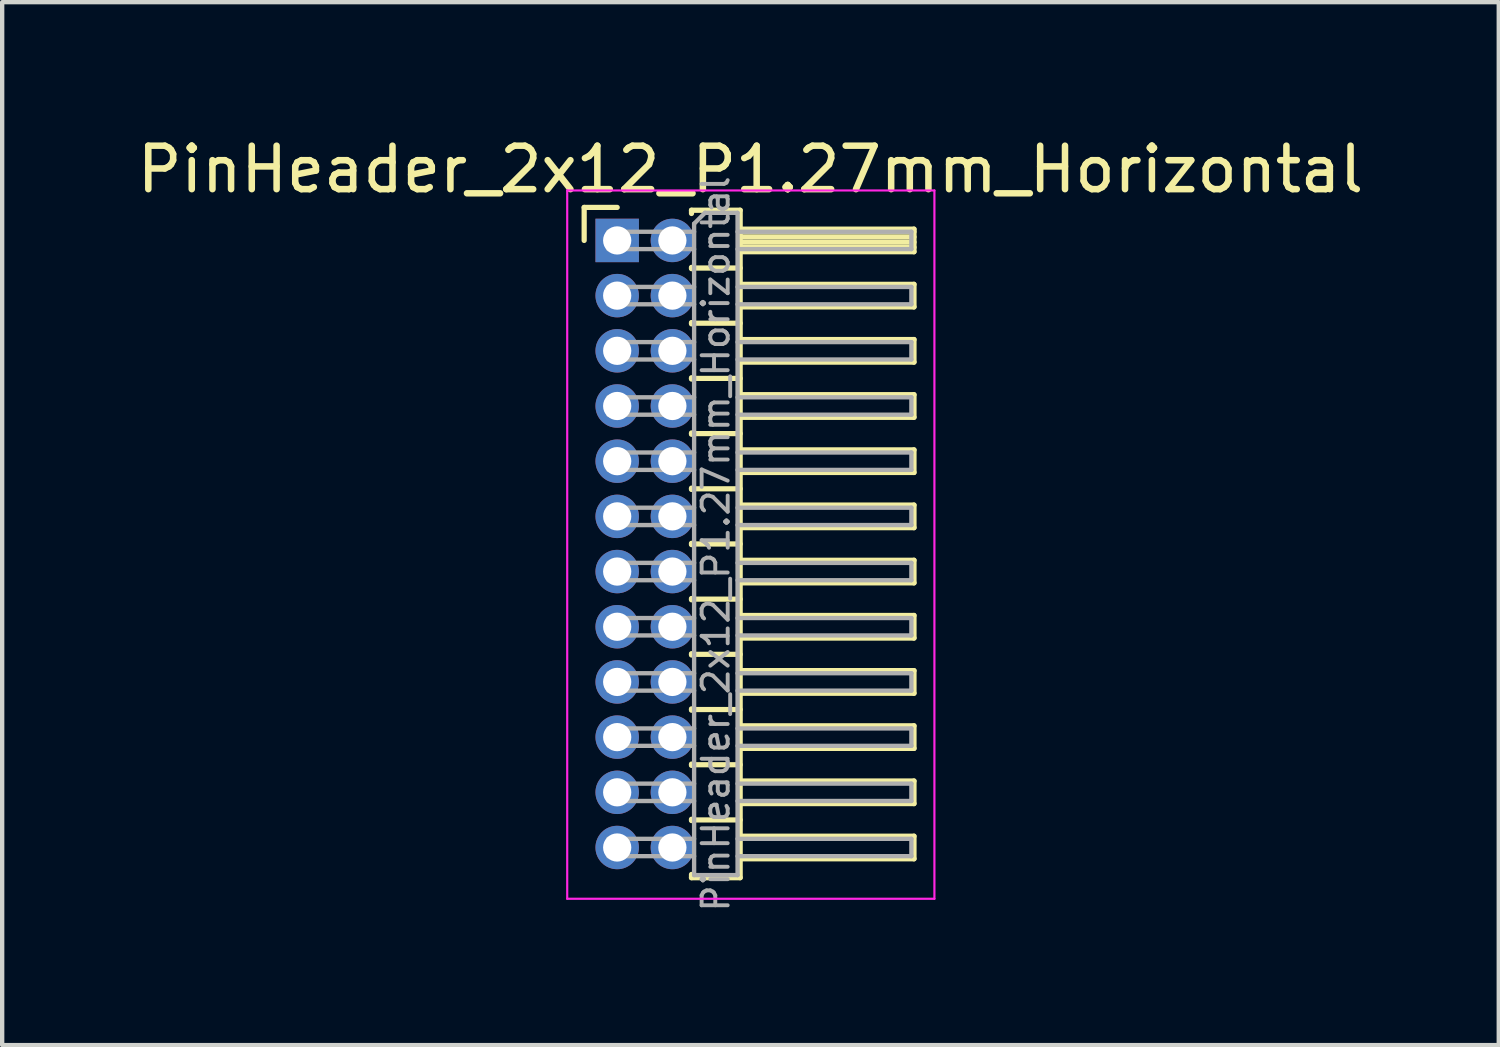
<source format=kicad_pcb>
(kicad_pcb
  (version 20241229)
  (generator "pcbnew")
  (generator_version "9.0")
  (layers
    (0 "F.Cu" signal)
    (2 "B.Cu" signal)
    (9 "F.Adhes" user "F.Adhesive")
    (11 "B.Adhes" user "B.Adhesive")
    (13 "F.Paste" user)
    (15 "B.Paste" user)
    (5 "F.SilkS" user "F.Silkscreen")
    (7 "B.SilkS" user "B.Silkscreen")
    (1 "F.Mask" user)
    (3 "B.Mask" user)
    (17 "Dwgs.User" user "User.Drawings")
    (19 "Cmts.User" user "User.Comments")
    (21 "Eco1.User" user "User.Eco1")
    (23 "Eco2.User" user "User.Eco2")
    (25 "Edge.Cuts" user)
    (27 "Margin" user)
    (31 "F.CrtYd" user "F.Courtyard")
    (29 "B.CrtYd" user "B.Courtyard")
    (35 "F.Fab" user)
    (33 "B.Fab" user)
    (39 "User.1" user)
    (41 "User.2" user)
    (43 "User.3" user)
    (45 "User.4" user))
  (footprint "PinHeader_2x12_P1.27mm_Horizontal"
    (layer "F.Cu")
    (at 11.153 2.483)
    (property "Reference" "PinHeader_2x12_P1.27mm_Horizontal" (at 3.067 -1.635 0) (layer "F.SilkS") (effects (font (size 1 1) (thickness 0.15))))
    (attr through_hole)
    (fp_line (start -0.76 -0.76) (end 0 -0.76) (stroke (width 0.12) (type solid)) (layer "F.SilkS"))
    (fp_line (start -0.76 0) (end -0.76 -0.76) (stroke (width 0.12) (type solid)) (layer "F.SilkS"))
    (fp_line (start 1.71 -0.695) (end 2.83 -0.695) (stroke (width 0.12) (type solid)) (layer "F.SilkS"))
    (fp_line (start 1.71 -0.62) (end 1.71 -0.695) (stroke (width 0.12) (type solid)) (layer "F.SilkS"))
    (fp_line (start 1.71 0.62) (end 1.71 0.65) (stroke (width 0.12) (type solid)) (layer "F.SilkS"))
    (fp_line (start 1.71 0.635) (end 2.83 0.635) (stroke (width 0.12) (type solid)) (layer "F.SilkS"))
    (fp_line (start 1.71 1.89) (end 1.71 1.92) (stroke (width 0.12) (type solid)) (layer "F.SilkS"))
    (fp_line (start 1.71 1.905) (end 2.83 1.905) (stroke (width 0.12) (type solid)) (layer "F.SilkS"))
    (fp_line (start 1.71 3.16) (end 1.71 3.19) (stroke (width 0.12) (type solid)) (layer "F.SilkS"))
    (fp_line (start 1.71 3.175) (end 2.83 3.175) (stroke (width 0.12) (type solid)) (layer "F.SilkS"))
    (fp_line (start 1.71 4.43) (end 1.71 4.46) (stroke (width 0.12) (type solid)) (layer "F.SilkS"))
    (fp_line (start 1.71 4.445) (end 2.83 4.445) (stroke (width 0.12) (type solid)) (layer "F.SilkS"))
    (fp_line (start 1.71 5.7) (end 1.71 5.73) (stroke (width 0.12) (type solid)) (layer "F.SilkS"))
    (fp_line (start 1.71 5.715) (end 2.83 5.715) (stroke (width 0.12) (type solid)) (layer "F.SilkS"))
    (fp_line (start 1.71 6.97) (end 1.71 7) (stroke (width 0.12) (type solid)) (layer "F.SilkS"))
    (fp_line (start 1.71 6.985) (end 2.83 6.985) (stroke (width 0.12) (type solid)) (layer "F.SilkS"))
    (fp_line (start 1.71 8.24) (end 1.71 8.27) (stroke (width 0.12) (type solid)) (layer "F.SilkS"))
    (fp_line (start 1.71 8.255) (end 2.83 8.255) (stroke (width 0.12) (type solid)) (layer "F.SilkS"))
    (fp_line (start 1.71 9.51) (end 1.71 9.54) (stroke (width 0.12) (type solid)) (layer "F.SilkS"))
    (fp_line (start 1.71 9.525) (end 2.83 9.525) (stroke (width 0.12) (type solid)) (layer "F.SilkS"))
    (fp_line (start 1.71 10.78) (end 1.71 10.81) (stroke (width 0.12) (type solid)) (layer "F.SilkS"))
    (fp_line (start 1.71 10.795) (end 2.83 10.795) (stroke (width 0.12) (type solid)) (layer "F.SilkS"))
    (fp_line (start 1.71 12.05) (end 1.71 12.08) (stroke (width 0.12) (type solid)) (layer "F.SilkS"))
    (fp_line (start 1.71 12.065) (end 2.83 12.065) (stroke (width 0.12) (type solid)) (layer "F.SilkS"))
    (fp_line (start 1.71 13.32) (end 1.71 13.35) (stroke (width 0.12) (type solid)) (layer "F.SilkS"))
    (fp_line (start 1.71 13.335) (end 2.83 13.335) (stroke (width 0.12) (type solid)) (layer "F.SilkS"))
    (fp_line (start 1.71 14.665) (end 1.71 14.59) (stroke (width 0.12) (type solid)) (layer "F.SilkS"))
    (fp_line (start 2.83 -0.695) (end 2.83 14.665) (stroke (width 0.12) (type solid)) (layer "F.SilkS"))
    (fp_line (start 2.83 -0.26) (end 6.83 -0.26) (stroke (width 0.12) (type solid)) (layer "F.SilkS"))
    (fp_line (start 2.83 -0.2) (end 6.83 -0.2) (stroke (width 0.12) (type solid)) (layer "F.SilkS"))
    (fp_line (start 2.83 -0.08) (end 6.83 -0.08) (stroke (width 0.12) (type solid)) (layer "F.SilkS"))
    (fp_line (start 2.83 0.04) (end 6.83 0.04) (stroke (width 0.12) (type solid)) (layer "F.SilkS"))
    (fp_line (start 2.83 0.16) (end 6.83 0.16) (stroke (width 0.12) (type solid)) (layer "F.SilkS"))
    (fp_line (start 2.83 1.01) (end 6.83 1.01) (stroke (width 0.12) (type solid)) (layer "F.SilkS"))
    (fp_line (start 2.83 2.28) (end 6.83 2.28) (stroke (width 0.12) (type solid)) (layer "F.SilkS"))
    (fp_line (start 2.83 3.55) (end 6.83 3.55) (stroke (width 0.12) (type solid)) (layer "F.SilkS"))
    (fp_line (start 2.83 4.82) (end 6.83 4.82) (stroke (width 0.12) (type solid)) (layer "F.SilkS"))
    (fp_line (start 2.83 6.09) (end 6.83 6.09) (stroke (width 0.12) (type solid)) (layer "F.SilkS"))
    (fp_line (start 2.83 7.36) (end 6.83 7.36) (stroke (width 0.12) (type solid)) (layer "F.SilkS"))
    (fp_line (start 2.83 8.63) (end 6.83 8.63) (stroke (width 0.12) (type solid)) (layer "F.SilkS"))
    (fp_line (start 2.83 9.9) (end 6.83 9.9) (stroke (width 0.12) (type solid)) (layer "F.SilkS"))
    (fp_line (start 2.83 11.17) (end 6.83 11.17) (stroke (width 0.12) (type solid)) (layer "F.SilkS"))
    (fp_line (start 2.83 12.44) (end 6.83 12.44) (stroke (width 0.12) (type solid)) (layer "F.SilkS"))
    (fp_line (start 2.83 13.71) (end 6.83 13.71) (stroke (width 0.12) (type solid)) (layer "F.SilkS"))
    (fp_line (start 2.83 14.665) (end 1.71 14.665) (stroke (width 0.12) (type solid)) (layer "F.SilkS"))
    (fp_line (start 6.83 -0.26) (end 6.83 0.26) (stroke (width 0.12) (type solid)) (layer "F.SilkS"))
    (fp_line (start 6.83 0.26) (end 2.83 0.26) (stroke (width 0.12) (type solid)) (layer "F.SilkS"))
    (fp_line (start 6.83 1.01) (end 6.83 1.53) (stroke (width 0.12) (type solid)) (layer "F.SilkS"))
    (fp_line (start 6.83 1.53) (end 2.83 1.53) (stroke (width 0.12) (type solid)) (layer "F.SilkS"))
    (fp_line (start 6.83 2.28) (end 6.83 2.8) (stroke (width 0.12) (type solid)) (layer "F.SilkS"))
    (fp_line (start 6.83 2.8) (end 2.83 2.8) (stroke (width 0.12) (type solid)) (layer "F.SilkS"))
    (fp_line (start 6.83 3.55) (end 6.83 4.07) (stroke (width 0.12) (type solid)) (layer "F.SilkS"))
    (fp_line (start 6.83 4.07) (end 2.83 4.07) (stroke (width 0.12) (type solid)) (layer "F.SilkS"))
    (fp_line (start 6.83 4.82) (end 6.83 5.34) (stroke (width 0.12) (type solid)) (layer "F.SilkS"))
    (fp_line (start 6.83 5.34) (end 2.83 5.34) (stroke (width 0.12) (type solid)) (layer "F.SilkS"))
    (fp_line (start 6.83 6.09) (end 6.83 6.61) (stroke (width 0.12) (type solid)) (layer "F.SilkS"))
    (fp_line (start 6.83 6.61) (end 2.83 6.61) (stroke (width 0.12) (type solid)) (layer "F.SilkS"))
    (fp_line (start 6.83 7.36) (end 6.83 7.88) (stroke (width 0.12) (type solid)) (layer "F.SilkS"))
    (fp_line (start 6.83 7.88) (end 2.83 7.88) (stroke (width 0.12) (type solid)) (layer "F.SilkS"))
    (fp_line (start 6.83 8.63) (end 6.83 9.15) (stroke (width 0.12) (type solid)) (layer "F.SilkS"))
    (fp_line (start 6.83 9.15) (end 2.83 9.15) (stroke (width 0.12) (type solid)) (layer "F.SilkS"))
    (fp_line (start 6.83 9.9) (end 6.83 10.42) (stroke (width 0.12) (type solid)) (layer "F.SilkS"))
    (fp_line (start 6.83 10.42) (end 2.83 10.42) (stroke (width 0.12) (type solid)) (layer "F.SilkS"))
    (fp_line (start 6.83 11.17) (end 6.83 11.69) (stroke (width 0.12) (type solid)) (layer "F.SilkS"))
    (fp_line (start 6.83 11.69) (end 2.83 11.69) (stroke (width 0.12) (type solid)) (layer "F.SilkS"))
    (fp_line (start 6.83 12.44) (end 6.83 12.96) (stroke (width 0.12) (type solid)) (layer "F.SilkS"))
    (fp_line (start 6.83 12.96) (end 2.83 12.96) (stroke (width 0.12) (type solid)) (layer "F.SilkS"))
    (fp_line (start 6.83 13.71) (end 6.83 14.23) (stroke (width 0.12) (type solid)) (layer "F.SilkS"))
    (fp_line (start 6.83 14.23) (end 2.83 14.23) (stroke (width 0.12) (type solid)) (layer "F.SilkS"))
    (fp_line (start -1.15 -1.15) (end -1.15 15.15) (stroke (width 0.05) (type solid)) (layer "F.CrtYd"))
    (fp_line (start -1.15 15.15) (end 7.3 15.15) (stroke (width 0.05) (type solid)) (layer "F.CrtYd"))
    (fp_line (start 7.3 -1.15) (end -1.15 -1.15) (stroke (width 0.05) (type solid)) (layer "F.CrtYd"))
    (fp_line (start 7.3 15.15) (end 7.3 -1.15) (stroke (width 0.05) (type solid)) (layer "F.CrtYd"))
    (fp_line (start -0.2 -0.2) (end -0.2 0.2) (stroke (width 0.1) (type solid)) (layer "F.Fab"))
    (fp_line (start -0.2 -0.2) (end 1.77 -0.2) (stroke (width 0.1) (type solid)) (layer "F.Fab"))
    (fp_line (start -0.2 0.2) (end 1.77 0.2) (stroke (width 0.1) (type solid)) (layer "F.Fab"))
    (fp_line (start -0.2 1.07) (end -0.2 1.47) (stroke (width 0.1) (type solid)) (layer "F.Fab"))
    (fp_line (start -0.2 1.07) (end 1.77 1.07) (stroke (width 0.1) (type solid)) (layer "F.Fab"))
    (fp_line (start -0.2 1.47) (end 1.77 1.47) (stroke (width 0.1) (type solid)) (layer "F.Fab"))
    (fp_line (start -0.2 2.34) (end -0.2 2.74) (stroke (width 0.1) (type solid)) (layer "F.Fab"))
    (fp_line (start -0.2 2.34) (end 1.77 2.34) (stroke (width 0.1) (type solid)) (layer "F.Fab"))
    (fp_line (start -0.2 2.74) (end 1.77 2.74) (stroke (width 0.1) (type solid)) (layer "F.Fab"))
    (fp_line (start -0.2 3.61) (end -0.2 4.01) (stroke (width 0.1) (type solid)) (layer "F.Fab"))
    (fp_line (start -0.2 3.61) (end 1.77 3.61) (stroke (width 0.1) (type solid)) (layer "F.Fab"))
    (fp_line (start -0.2 4.01) (end 1.77 4.01) (stroke (width 0.1) (type solid)) (layer "F.Fab"))
    (fp_line (start -0.2 4.88) (end -0.2 5.28) (stroke (width 0.1) (type solid)) (layer "F.Fab"))
    (fp_line (start -0.2 4.88) (end 1.77 4.88) (stroke (width 0.1) (type solid)) (layer "F.Fab"))
    (fp_line (start -0.2 5.28) (end 1.77 5.28) (stroke (width 0.1) (type solid)) (layer "F.Fab"))
    (fp_line (start -0.2 6.15) (end -0.2 6.55) (stroke (width 0.1) (type solid)) (layer "F.Fab"))
    (fp_line (start -0.2 6.15) (end 1.77 6.15) (stroke (width 0.1) (type solid)) (layer "F.Fab"))
    (fp_line (start -0.2 6.55) (end 1.77 6.55) (stroke (width 0.1) (type solid)) (layer "F.Fab"))
    (fp_line (start -0.2 7.42) (end -0.2 7.82) (stroke (width 0.1) (type solid)) (layer "F.Fab"))
    (fp_line (start -0.2 7.42) (end 1.77 7.42) (stroke (width 0.1) (type solid)) (layer "F.Fab"))
    (fp_line (start -0.2 7.82) (end 1.77 7.82) (stroke (width 0.1) (type solid)) (layer "F.Fab"))
    (fp_line (start -0.2 8.69) (end -0.2 9.09) (stroke (width 0.1) (type solid)) (layer "F.Fab"))
    (fp_line (start -0.2 8.69) (end 1.77 8.69) (stroke (width 0.1) (type solid)) (layer "F.Fab"))
    (fp_line (start -0.2 9.09) (end 1.77 9.09) (stroke (width 0.1) (type solid)) (layer "F.Fab"))
    (fp_line (start -0.2 9.96) (end -0.2 10.36) (stroke (width 0.1) (type solid)) (layer "F.Fab"))
    (fp_line (start -0.2 9.96) (end 1.77 9.96) (stroke (width 0.1) (type solid)) (layer "F.Fab"))
    (fp_line (start -0.2 10.36) (end 1.77 10.36) (stroke (width 0.1) (type solid)) (layer "F.Fab"))
    (fp_line (start -0.2 11.23) (end -0.2 11.63) (stroke (width 0.1) (type solid)) (layer "F.Fab"))
    (fp_line (start -0.2 11.23) (end 1.77 11.23) (stroke (width 0.1) (type solid)) (layer "F.Fab"))
    (fp_line (start -0.2 11.63) (end 1.77 11.63) (stroke (width 0.1) (type solid)) (layer "F.Fab"))
    (fp_line (start -0.2 12.5) (end -0.2 12.9) (stroke (width 0.1) (type solid)) (layer "F.Fab"))
    (fp_line (start -0.2 12.5) (end 1.77 12.5) (stroke (width 0.1) (type solid)) (layer "F.Fab"))
    (fp_line (start -0.2 12.9) (end 1.77 12.9) (stroke (width 0.1) (type solid)) (layer "F.Fab"))
    (fp_line (start -0.2 13.77) (end -0.2 14.17) (stroke (width 0.1) (type solid)) (layer "F.Fab"))
    (fp_line (start -0.2 13.77) (end 1.77 13.77) (stroke (width 0.1) (type solid)) (layer "F.Fab"))
    (fp_line (start -0.2 14.17) (end 1.77 14.17) (stroke (width 0.1) (type solid)) (layer "F.Fab"))
    (fp_line (start 1.77 -0.385) (end 2.02 -0.635) (stroke (width 0.1) (type solid)) (layer "F.Fab"))
    (fp_line (start 1.77 14.605) (end 1.77 -0.385) (stroke (width 0.1) (type solid)) (layer "F.Fab"))
    (fp_line (start 2.02 -0.635) (end 2.77 -0.635) (stroke (width 0.1) (type solid)) (layer "F.Fab"))
    (fp_line (start 2.77 -0.635) (end 2.77 14.605) (stroke (width 0.1) (type solid)) (layer "F.Fab"))
    (fp_line (start 2.77 -0.2) (end 6.77 -0.2) (stroke (width 0.1) (type solid)) (layer "F.Fab"))
    (fp_line (start 2.77 0.2) (end 6.77 0.2) (stroke (width 0.1) (type solid)) (layer "F.Fab"))
    (fp_line (start 2.77 1.07) (end 6.77 1.07) (stroke (width 0.1) (type solid)) (layer "F.Fab"))
    (fp_line (start 2.77 1.47) (end 6.77 1.47) (stroke (width 0.1) (type solid)) (layer "F.Fab"))
    (fp_line (start 2.77 2.34) (end 6.77 2.34) (stroke (width 0.1) (type solid)) (layer "F.Fab"))
    (fp_line (start 2.77 2.74) (end 6.77 2.74) (stroke (width 0.1) (type solid)) (layer "F.Fab"))
    (fp_line (start 2.77 3.61) (end 6.77 3.61) (stroke (width 0.1) (type solid)) (layer "F.Fab"))
    (fp_line (start 2.77 4.01) (end 6.77 4.01) (stroke (width 0.1) (type solid)) (layer "F.Fab"))
    (fp_line (start 2.77 4.88) (end 6.77 4.88) (stroke (width 0.1) (type solid)) (layer "F.Fab"))
    (fp_line (start 2.77 5.28) (end 6.77 5.28) (stroke (width 0.1) (type solid)) (layer "F.Fab"))
    (fp_line (start 2.77 6.15) (end 6.77 6.15) (stroke (width 0.1) (type solid)) (layer "F.Fab"))
    (fp_line (start 2.77 6.55) (end 6.77 6.55) (stroke (width 0.1) (type solid)) (layer "F.Fab"))
    (fp_line (start 2.77 7.42) (end 6.77 7.42) (stroke (width 0.1) (type solid)) (layer "F.Fab"))
    (fp_line (start 2.77 7.82) (end 6.77 7.82) (stroke (width 0.1) (type solid)) (layer "F.Fab"))
    (fp_line (start 2.77 8.69) (end 6.77 8.69) (stroke (width 0.1) (type solid)) (layer "F.Fab"))
    (fp_line (start 2.77 9.09) (end 6.77 9.09) (stroke (width 0.1) (type solid)) (layer "F.Fab"))
    (fp_line (start 2.77 9.96) (end 6.77 9.96) (stroke (width 0.1) (type solid)) (layer "F.Fab"))
    (fp_line (start 2.77 10.36) (end 6.77 10.36) (stroke (width 0.1) (type solid)) (layer "F.Fab"))
    (fp_line (start 2.77 11.23) (end 6.77 11.23) (stroke (width 0.1) (type solid)) (layer "F.Fab"))
    (fp_line (start 2.77 11.63) (end 6.77 11.63) (stroke (width 0.1) (type solid)) (layer "F.Fab"))
    (fp_line (start 2.77 12.5) (end 6.77 12.5) (stroke (width 0.1) (type solid)) (layer "F.Fab"))
    (fp_line (start 2.77 12.9) (end 6.77 12.9) (stroke (width 0.1) (type solid)) (layer "F.Fab"))
    (fp_line (start 2.77 13.77) (end 6.77 13.77) (stroke (width 0.1) (type solid)) (layer "F.Fab"))
    (fp_line (start 2.77 14.17) (end 6.77 14.17) (stroke (width 0.1) (type solid)) (layer "F.Fab"))
    (fp_line (start 2.77 14.605) (end 1.77 14.605) (stroke (width 0.1) (type solid)) (layer "F.Fab"))
    (fp_line (start 6.77 -0.2) (end 6.77 0.2) (stroke (width 0.1) (type solid)) (layer "F.Fab"))
    (fp_line (start 6.77 1.07) (end 6.77 1.47) (stroke (width 0.1) (type solid)) (layer "F.Fab"))
    (fp_line (start 6.77 2.34) (end 6.77 2.74) (stroke (width 0.1) (type solid)) (layer "F.Fab"))
    (fp_line (start 6.77 3.61) (end 6.77 4.01) (stroke (width 0.1) (type solid)) (layer "F.Fab"))
    (fp_line (start 6.77 4.88) (end 6.77 5.28) (stroke (width 0.1) (type solid)) (layer "F.Fab"))
    (fp_line (start 6.77 6.15) (end 6.77 6.55) (stroke (width 0.1) (type solid)) (layer "F.Fab"))
    (fp_line (start 6.77 7.42) (end 6.77 7.82) (stroke (width 0.1) (type solid)) (layer "F.Fab"))
    (fp_line (start 6.77 8.69) (end 6.77 9.09) (stroke (width 0.1) (type solid)) (layer "F.Fab"))
    (fp_line (start 6.77 9.96) (end 6.77 10.36) (stroke (width 0.1) (type solid)) (layer "F.Fab"))
    (fp_line (start 6.77 11.23) (end 6.77 11.63) (stroke (width 0.1) (type solid)) (layer "F.Fab"))
    (fp_line (start 6.77 12.5) (end 6.77 12.9) (stroke (width 0.1) (type solid)) (layer "F.Fab"))
    (fp_line (start 6.77 13.77) (end 6.77 14.17) (stroke (width 0.1) (type solid)) (layer "F.Fab"))
    (fp_text user "${REFERENCE}" (at 2.27 6.985 90) (layer "F.Fab") (effects (font (size 0.6 0.6) (thickness 0.09))))
    (pad "1" thru_hole rect (at 0 0) (size 1 1) (drill 0.65) (layers "*.Cu" "*.Mask"))
    (pad "2" thru_hole oval (at 1.27 0) (size 1 1) (drill 0.65) (layers "*.Cu" "*.Mask"))
    (pad "3" thru_hole oval (at 0 1.27) (size 1 1) (drill 0.65) (layers "*.Cu" "*.Mask"))
    (pad "4" thru_hole oval (at 1.27 1.27) (size 1 1) (drill 0.65) (layers "*.Cu" "*.Mask"))
    (pad "5" thru_hole oval (at 0 2.54) (size 1 1) (drill 0.65) (layers "*.Cu" "*.Mask"))
    (pad "6" thru_hole oval (at 1.27 2.54) (size 1 1) (drill 0.65) (layers "*.Cu" "*.Mask"))
    (pad "7" thru_hole oval (at 0 3.81) (size 1 1) (drill 0.65) (layers "*.Cu" "*.Mask"))
    (pad "8" thru_hole oval (at 1.27 3.81) (size 1 1) (drill 0.65) (layers "*.Cu" "*.Mask"))
    (pad "9" thru_hole oval (at 0 5.08) (size 1 1) (drill 0.65) (layers "*.Cu" "*.Mask"))
    (pad "10" thru_hole oval (at 1.27 5.08) (size 1 1) (drill 0.65) (layers "*.Cu" "*.Mask"))
    (pad "11" thru_hole oval (at 0 6.35) (size 1 1) (drill 0.65) (layers "*.Cu" "*.Mask"))
    (pad "12" thru_hole oval (at 1.27 6.35) (size 1 1) (drill 0.65) (layers "*.Cu" "*.Mask"))
    (pad "13" thru_hole oval (at 0 7.62) (size 1 1) (drill 0.65) (layers "*.Cu" "*.Mask"))
    (pad "14" thru_hole oval (at 1.27 7.62) (size 1 1) (drill 0.65) (layers "*.Cu" "*.Mask"))
    (pad "15" thru_hole oval (at 0 8.89) (size 1 1) (drill 0.65) (layers "*.Cu" "*.Mask"))
    (pad "16" thru_hole oval (at 1.27 8.89) (size 1 1) (drill 0.65) (layers "*.Cu" "*.Mask"))
    (pad "17" thru_hole oval (at 0 10.16) (size 1 1) (drill 0.65) (layers "*.Cu" "*.Mask"))
    (pad "18" thru_hole oval (at 1.27 10.16) (size 1 1) (drill 0.65) (layers "*.Cu" "*.Mask"))
    (pad "19" thru_hole oval (at 0 11.43) (size 1 1) (drill 0.65) (layers "*.Cu" "*.Mask"))
    (pad "20" thru_hole oval (at 1.27 11.43) (size 1 1) (drill 0.65) (layers "*.Cu" "*.Mask"))
    (pad "21" thru_hole oval (at 0 12.7) (size 1 1) (drill 0.65) (layers "*.Cu" "*.Mask"))
    (pad "22" thru_hole oval (at 1.27 12.7) (size 1 1) (drill 0.65) (layers "*.Cu" "*.Mask"))
    (pad "23" thru_hole oval (at 0 13.97) (size 1 1) (drill 0.65) (layers "*.Cu" "*.Mask"))
    (pad "24" thru_hole oval (at 1.27 13.97) (size 1 1) (drill 0.65) (layers "*.Cu" "*.Mask")))
  (gr_rect
    (start -3 -3)
    (end 31.44 21)
    (stroke (width 0.1) (type default))
    (fill no)
    (layer "Edge.Cuts")))
</source>
